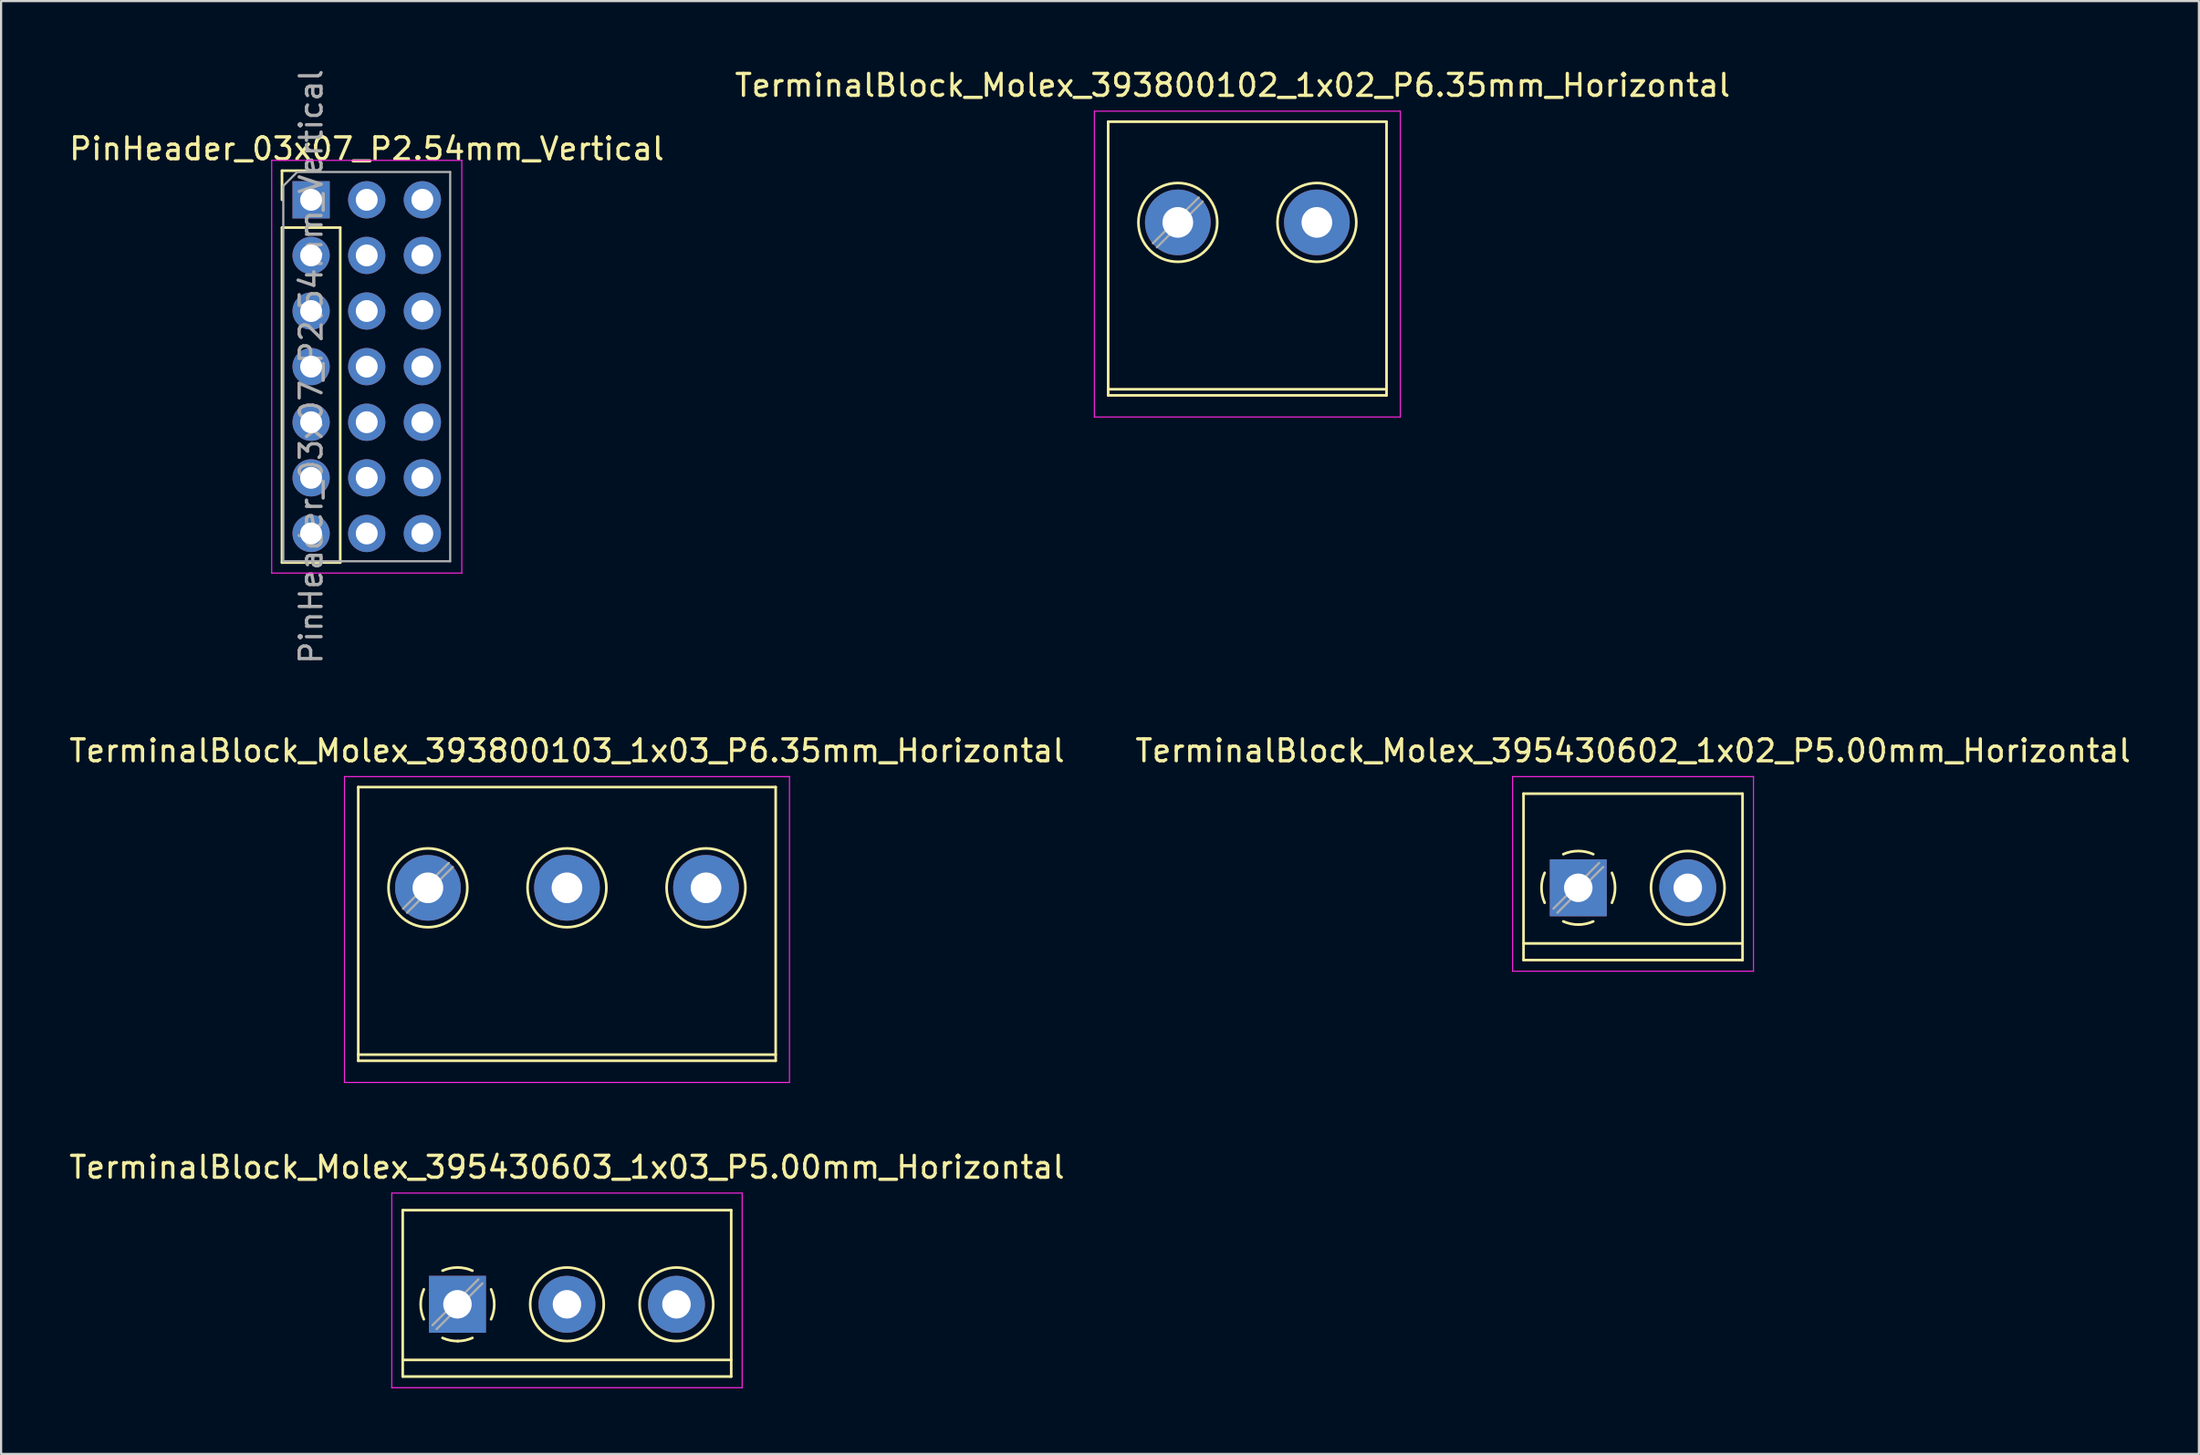
<source format=kicad_pcb>
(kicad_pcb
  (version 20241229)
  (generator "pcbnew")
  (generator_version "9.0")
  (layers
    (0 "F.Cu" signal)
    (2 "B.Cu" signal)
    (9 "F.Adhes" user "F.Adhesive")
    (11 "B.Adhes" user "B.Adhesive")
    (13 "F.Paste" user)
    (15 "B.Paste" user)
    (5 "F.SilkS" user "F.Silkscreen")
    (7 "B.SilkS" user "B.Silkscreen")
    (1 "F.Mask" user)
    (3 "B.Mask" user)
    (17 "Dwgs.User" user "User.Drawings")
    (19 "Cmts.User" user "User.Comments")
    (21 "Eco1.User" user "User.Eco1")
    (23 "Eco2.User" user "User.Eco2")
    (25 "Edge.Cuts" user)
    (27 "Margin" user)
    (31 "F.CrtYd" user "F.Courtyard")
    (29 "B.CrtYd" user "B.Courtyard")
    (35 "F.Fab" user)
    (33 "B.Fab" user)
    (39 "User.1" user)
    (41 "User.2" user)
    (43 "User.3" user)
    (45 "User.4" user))
  (footprint "TerminalBlock_Molex_393800102_1x02_P6.35mm_Horizontal"
    (layer "F.Cu")
    (at 50.732 7.108)
    (property "Reference" "TerminalBlock_Molex_393800102_1x02_P6.35mm_Horizontal" (at 2.5 -6.26 0) (layer "F.SilkS") (effects (font (size 1 1) (thickness 0.15))))
    (attr through_hole)
    (fp_line (start -3.18 -4.6) (end -3.18 7.9) (stroke (width 0.12) (type solid)) (layer "F.SilkS"))
    (fp_line (start -3.18 -4.6) (end 9.53 -4.6) (stroke (width 0.12) (type solid)) (layer "F.SilkS"))
    (fp_line (start -3.18 7.62) (end 9.53 7.62) (stroke (width 0.12) (type solid)) (layer "F.SilkS"))
    (fp_line (start -3.18 7.9) (end 9.53 7.9) (stroke (width 0.12) (type solid)) (layer "F.SilkS"))
    (fp_line (start 9.53 -4.6) (end 9.53 7.9) (stroke (width 0.12) (type solid)) (layer "F.SilkS"))
    (fp_circle (center 0 0) (end 1.8 0) (stroke (width 0.12) (type solid)) (fill no) (layer "F.SilkS"))
    (fp_circle (center 6.35 0) (end 8.15 0) (stroke (width 0.12) (type solid)) (fill no) (layer "F.SilkS"))
    (fp_line (start -3.81 -5.08) (end -3.81 8.89) (stroke (width 0.05) (type solid)) (layer "F.CrtYd"))
    (fp_line (start -3.81 8.89) (end 10.16 8.89) (stroke (width 0.05) (type solid)) (layer "F.CrtYd"))
    (fp_line (start 10.16 -5.08) (end -3.81 -5.08) (stroke (width 0.05) (type solid)) (layer "F.CrtYd"))
    (fp_line (start 10.16 8.89) (end 10.16 -5.08) (stroke (width 0.05) (type solid)) (layer "F.CrtYd"))
    (fp_line (start 0.955 -1.138) (end -1.138 0.955) (stroke (width 0.1) (type solid)) (layer "F.Fab"))
    (fp_line (start 1.138 -0.955) (end -0.955 1.138) (stroke (width 0.1) (type solid)) (layer "F.Fab"))
    (pad "1" thru_hole circle (at 0 0) (size 3 3) (drill 1.4) (layers "*.Cu" "*.Mask"))
    (pad "2" thru_hole circle (at 6.35 0) (size 3 3) (drill 1.4) (layers "*.Cu" "*.Mask")))
  (footprint "TerminalBlock_Molex_395430602_1x02_P5.00mm_Horizontal"
    (layer "F.Cu")
    (at 69.018 37.501)
    (property "Reference" "TerminalBlock_Molex_395430602_1x02_P5.00mm_Horizontal" (at 2.5 -6.26 0) (layer "F.SilkS") (effects (font (size 1 1) (thickness 0.15))))
    (attr through_hole)
    (fp_line (start -2.5 -4.3) (end -2.5 3.3) (stroke (width 0.12) (type solid)) (layer "F.SilkS"))
    (fp_line (start -2.5 -4.3) (end 7.5 -4.3) (stroke (width 0.12) (type solid)) (layer "F.SilkS"))
    (fp_line (start -2.5 2.54) (end 7.5 2.54) (stroke (width 0.12) (type solid)) (layer "F.SilkS"))
    (fp_line (start -2.5 3.3) (end 7.5 3.3) (stroke (width 0.12) (type solid)) (layer "F.SilkS"))
    (fp_line (start 7.5 -4.3) (end 7.5 3.3) (stroke (width 0.12) (type solid)) (layer "F.SilkS"))
    (fp_arc (start -1.535427 0.683042) (mid -1.680501 -0.000524) (end -1.535 -0.684) (stroke (width 0.12) (type solid)) (layer "F.SilkS"))
    (fp_arc (start -0.683042 -1.535427) (mid 0.000524 -1.680501) (end 0.684 -1.535) (stroke (width 0.12) (type solid)) (layer "F.SilkS"))
    (fp_arc (start 0.028805 1.680253) (mid -0.335551 1.646659) (end -0.684 1.535) (stroke (width 0.12) (type solid)) (layer "F.SilkS"))
    (fp_arc (start 0.683318 1.534756) (mid 0.349292 1.643288) (end 0 1.68) (stroke (width 0.12) (type solid)) (layer "F.SilkS"))
    (fp_arc (start 1.535427 -0.683042) (mid 1.680501 0.000524) (end 1.535 0.684) (stroke (width 0.12) (type solid)) (layer "F.SilkS"))
    (fp_circle (center 5 0) (end 6.68 0) (stroke (width 0.12) (type solid)) (fill no) (layer "F.SilkS"))
    (fp_line (start -3 -5.08) (end -3 3.81) (stroke (width 0.05) (type solid)) (layer "F.CrtYd"))
    (fp_line (start -3 3.81) (end 8 3.81) (stroke (width 0.05) (type solid)) (layer "F.CrtYd"))
    (fp_line (start 8 -5.08) (end -3 -5.08) (stroke (width 0.05) (type solid)) (layer "F.CrtYd"))
    (fp_line (start 8 3.81) (end 8 -5.08) (stroke (width 0.05) (type solid)) (layer "F.CrtYd"))
    (fp_line (start 0.955 -1.138) (end -1.138 0.955) (stroke (width 0.1) (type solid)) (layer "F.Fab"))
    (fp_line (start 1.138 -0.955) (end -0.955 1.138) (stroke (width 0.1) (type solid)) (layer "F.Fab"))
    (pad "1" thru_hole rect (at 0 0) (size 2.6 2.6) (drill 1.3) (layers "*.Cu" "*.Mask"))
    (pad "2" thru_hole circle (at 5 0) (size 2.6 2.6) (drill 1.3) (layers "*.Cu" "*.Mask")))
  (footprint "TerminalBlock_Molex_395430603_1x03_P5.00mm_Horizontal"
    (layer "F.Cu")
    (at 17.839 56.524)
    (property "Reference" "TerminalBlock_Molex_395430603_1x03_P5.00mm_Horizontal" (at 5 -6.26 0) (layer "F.SilkS") (effects (font (size 1 1) (thickness 0.15))))
    (attr through_hole)
    (fp_line (start -2.5 -4.3) (end -2.5 3.3) (stroke (width 0.12) (type solid)) (layer "F.SilkS"))
    (fp_line (start -2.5 -4.3) (end 12.5 -4.3) (stroke (width 0.12) (type solid)) (layer "F.SilkS"))
    (fp_line (start -2.5 2.54) (end 12.5 2.54) (stroke (width 0.12) (type solid)) (layer "F.SilkS"))
    (fp_line (start -2.5 3.3) (end 12.5 3.3) (stroke (width 0.12) (type solid)) (layer "F.SilkS"))
    (fp_line (start 12.5 -4.3) (end 12.5 3.3) (stroke (width 0.12) (type solid)) (layer "F.SilkS"))
    (fp_arc (start -1.535427 0.683042) (mid -1.680501 -0.000524) (end -1.535 -0.684) (stroke (width 0.12) (type solid)) (layer "F.SilkS"))
    (fp_arc (start -0.683042 -1.535427) (mid 0.000524 -1.680501) (end 0.684 -1.535) (stroke (width 0.12) (type solid)) (layer "F.SilkS"))
    (fp_arc (start 0.028805 1.680253) (mid -0.335551 1.646659) (end -0.684 1.535) (stroke (width 0.12) (type solid)) (layer "F.SilkS"))
    (fp_arc (start 0.683318 1.534756) (mid 0.349292 1.643288) (end 0 1.68) (stroke (width 0.12) (type solid)) (layer "F.SilkS"))
    (fp_arc (start 1.535427 -0.683042) (mid 1.680501 0.000524) (end 1.535 0.684) (stroke (width 0.12) (type solid)) (layer "F.SilkS"))
    (fp_circle (center 5 0) (end 6.68 0) (stroke (width 0.12) (type solid)) (fill no) (layer "F.SilkS"))
    (fp_circle (center 10 0) (end 11.68 0) (stroke (width 0.12) (type solid)) (fill no) (layer "F.SilkS"))
    (fp_line (start -3 -5.08) (end -3 3.81) (stroke (width 0.05) (type solid)) (layer "F.CrtYd"))
    (fp_line (start -3 3.81) (end 13 3.81) (stroke (width 0.05) (type solid)) (layer "F.CrtYd"))
    (fp_line (start 13 -5.08) (end -3 -5.08) (stroke (width 0.05) (type solid)) (layer "F.CrtYd"))
    (fp_line (start 13 3.81) (end 13 -5.08) (stroke (width 0.05) (type solid)) (layer "F.CrtYd"))
    (fp_line (start 0.955 -1.138) (end -1.138 0.955) (stroke (width 0.1) (type solid)) (layer "F.Fab"))
    (fp_line (start 1.138 -0.955) (end -0.955 1.138) (stroke (width 0.1) (type solid)) (layer "F.Fab"))
    (pad "1" thru_hole rect (at 0 0) (size 2.6 2.6) (drill 1.3) (layers "*.Cu" "*.Mask"))
    (pad "2" thru_hole circle (at 5 0) (size 2.6 2.6) (drill 1.3) (layers "*.Cu" "*.Mask"))
    (pad "3" thru_hole circle (at 10 0) (size 2.6 2.6) (drill 1.3) (layers "*.Cu" "*.Mask")))
  (footprint "PinHeader_03x07_P2.54mm_Vertical"
    (layer "F.Cu")
    (at 11.156 6.076)
    (property "Reference" "PinHeader_03x07_P2.54mm_Vertical" (at 2.54 -2.33 0) (layer "F.SilkS") (effects (font (size 1 1) (thickness 0.15))))
    (attr through_hole)
    (fp_line (start -1.33 -1.33) (end 0 -1.33) (stroke (width 0.12) (type solid)) (layer "F.SilkS"))
    (fp_line (start -1.33 0) (end -1.33 -1.33) (stroke (width 0.12) (type solid)) (layer "F.SilkS"))
    (fp_line (start -1.33 1.27) (end -1.33 16.57) (stroke (width 0.12) (type solid)) (layer "F.SilkS"))
    (fp_line (start -1.33 1.27) (end 1.33 1.27) (stroke (width 0.12) (type solid)) (layer "F.SilkS"))
    (fp_line (start -1.33 16.57) (end 1.33 16.57) (stroke (width 0.12) (type solid)) (layer "F.SilkS"))
    (fp_line (start 1.33 1.27) (end 1.33 16.57) (stroke (width 0.12) (type solid)) (layer "F.SilkS"))
    (fp_line (start -1.8 -1.8) (end -1.8 17.05) (stroke (width 0.05) (type solid)) (layer "F.CrtYd"))
    (fp_line (start -1.8 17.05) (end 6.88 17.05) (stroke (width 0.05) (type solid)) (layer "F.CrtYd"))
    (fp_line (start 6.88 -1.8) (end -1.8 -1.8) (stroke (width 0.05) (type solid)) (layer "F.CrtYd"))
    (fp_line (start 6.88 17.05) (end 6.88 -1.8) (stroke (width 0.05) (type solid)) (layer "F.CrtYd"))
    (fp_line (start -1.27 -0.635) (end -0.635 -1.27) (stroke (width 0.1) (type solid)) (layer "F.Fab"))
    (fp_line (start -1.27 16.51) (end -1.27 -0.635) (stroke (width 0.1) (type solid)) (layer "F.Fab"))
    (fp_line (start -0.635 -1.27) (end 6.35 -1.27) (stroke (width 0.1) (type solid)) (layer "F.Fab"))
    (fp_line (start 6.35 -1.27) (end 6.35 16.51) (stroke (width 0.1) (type solid)) (layer "F.Fab"))
    (fp_line (start 6.35 16.51) (end -1.27 16.51) (stroke (width 0.1) (type solid)) (layer "F.Fab"))
    (fp_text user "${REFERENCE}" (at 0 7.62 90) (layer "F.Fab") (effects (font (size 1 1) (thickness 0.15))))
    (pad "1" thru_hole rect (at 0 0) (size 1.7 1.7) (drill 1) (layers "*.Cu" "*.Mask"))
    (pad "2" thru_hole oval (at 0 2.54) (size 1.7 1.7) (drill 1) (layers "*.Cu" "*.Mask"))
    (pad "3" thru_hole oval (at 0 5.08) (size 1.7 1.7) (drill 1) (layers "*.Cu" "*.Mask"))
    (pad "4" thru_hole oval (at 0 7.62) (size 1.7 1.7) (drill 1) (layers "*.Cu" "*.Mask"))
    (pad "5" thru_hole oval (at 0 10.16) (size 1.7 1.7) (drill 1) (layers "*.Cu" "*.Mask"))
    (pad "6" thru_hole oval (at 0 12.7) (size 1.7 1.7) (drill 1) (layers "*.Cu" "*.Mask"))
    (pad "7" thru_hole oval (at 0 15.24) (size 1.7 1.7) (drill 1) (layers "*.Cu" "*.Mask"))
    (pad "8" thru_hole circle (at 2.54 0) (size 1.7 1.7) (drill 1) (layers "*.Cu" "*.Mask"))
    (pad "9" thru_hole oval (at 2.54 2.54) (size 1.7 1.7) (drill 1) (layers "*.Cu" "*.Mask"))
    (pad "10" thru_hole oval (at 2.54 5.08) (size 1.7 1.7) (drill 1) (layers "*.Cu" "*.Mask"))
    (pad "11" thru_hole oval (at 2.54 7.62) (size 1.7 1.7) (drill 1) (layers "*.Cu" "*.Mask"))
    (pad "12" thru_hole oval (at 2.54 10.16) (size 1.7 1.7) (drill 1) (layers "*.Cu" "*.Mask"))
    (pad "13" thru_hole oval (at 2.54 12.7) (size 1.7 1.7) (drill 1) (layers "*.Cu" "*.Mask"))
    (pad "14" thru_hole oval (at 2.54 15.24) (size 1.7 1.7) (drill 1) (layers "*.Cu" "*.Mask"))
    (pad "15" thru_hole circle (at 5.08 0) (size 1.7 1.7) (drill 1) (layers "*.Cu" "*.Mask"))
    (pad "16" thru_hole oval (at 5.08 2.54) (size 1.7 1.7) (drill 1) (layers "*.Cu" "*.Mask"))
    (pad "17" thru_hole oval (at 5.08 5.08) (size 1.7 1.7) (drill 1) (layers "*.Cu" "*.Mask"))
    (pad "18" thru_hole oval (at 5.08 7.62) (size 1.7 1.7) (drill 1) (layers "*.Cu" "*.Mask"))
    (pad "19" thru_hole oval (at 5.08 10.16) (size 1.7 1.7) (drill 1) (layers "*.Cu" "*.Mask"))
    (pad "20" thru_hole oval (at 5.08 12.7) (size 1.7 1.7) (drill 1) (layers "*.Cu" "*.Mask"))
    (pad "21" thru_hole oval (at 5.08 15.24) (size 1.7 1.7) (drill 1) (layers "*.Cu" "*.Mask")))
  (footprint "TerminalBlock_Molex_393800103_1x03_P6.35mm_Horizontal"
    (layer "F.Cu")
    (at 16.489 37.501)
    (property "Reference" "TerminalBlock_Molex_393800103_1x03_P6.35mm_Horizontal" (at 6.35 -6.26 0) (layer "F.SilkS") (effects (font (size 1 1) (thickness 0.15))))
    (attr through_hole)
    (fp_line (start -3.18 -4.6) (end -3.18 7.9) (stroke (width 0.12) (type solid)) (layer "F.SilkS"))
    (fp_line (start -3.18 -4.6) (end 15.88 -4.6) (stroke (width 0.12) (type solid)) (layer "F.SilkS"))
    (fp_line (start -3.18 7.62) (end 15.88 7.62) (stroke (width 0.12) (type solid)) (layer "F.SilkS"))
    (fp_line (start -3.18 7.9) (end 15.88 7.9) (stroke (width 0.12) (type solid)) (layer "F.SilkS"))
    (fp_line (start 15.88 -4.6) (end 15.88 7.9) (stroke (width 0.12) (type solid)) (layer "F.SilkS"))
    (fp_circle (center 0 0) (end 1.8 0) (stroke (width 0.12) (type solid)) (fill no) (layer "F.SilkS"))
    (fp_circle (center 6.35 0) (end 8.15 0) (stroke (width 0.12) (type solid)) (fill no) (layer "F.SilkS"))
    (fp_circle (center 12.7 0) (end 14.5 0) (stroke (width 0.12) (type solid)) (fill no) (layer "F.SilkS"))
    (fp_line (start -3.81 -5.08) (end -3.81 8.89) (stroke (width 0.05) (type solid)) (layer "F.CrtYd"))
    (fp_line (start -3.81 8.89) (end 16.51 8.89) (stroke (width 0.05) (type solid)) (layer "F.CrtYd"))
    (fp_line (start 16.51 -5.08) (end -3.81 -5.08) (stroke (width 0.05) (type solid)) (layer "F.CrtYd"))
    (fp_line (start 16.51 8.89) (end 16.51 -5.08) (stroke (width 0.05) (type solid)) (layer "F.CrtYd"))
    (fp_line (start 0.955 -1.138) (end -1.138 0.955) (stroke (width 0.1) (type solid)) (layer "F.Fab"))
    (fp_line (start 1.138 -0.955) (end -0.955 1.138) (stroke (width 0.1) (type solid)) (layer "F.Fab"))
    (pad "1" thru_hole circle (at 0 0) (size 3 3) (drill 1.4) (layers "*.Cu" "*.Mask"))
    (pad "2" thru_hole circle (at 6.35 0) (size 3 3) (drill 1.4) (layers "*.Cu" "*.Mask"))
    (pad "3" thru_hole circle (at 12.7 0) (size 3 3) (drill 1.4) (layers "*.Cu" "*.Mask")))
  (gr_rect
    (start -3 -3)
    (end 97.357 63.359)
    (stroke (width 0.1) (type default))
    (fill no)
    (layer "Edge.Cuts")))
</source>
